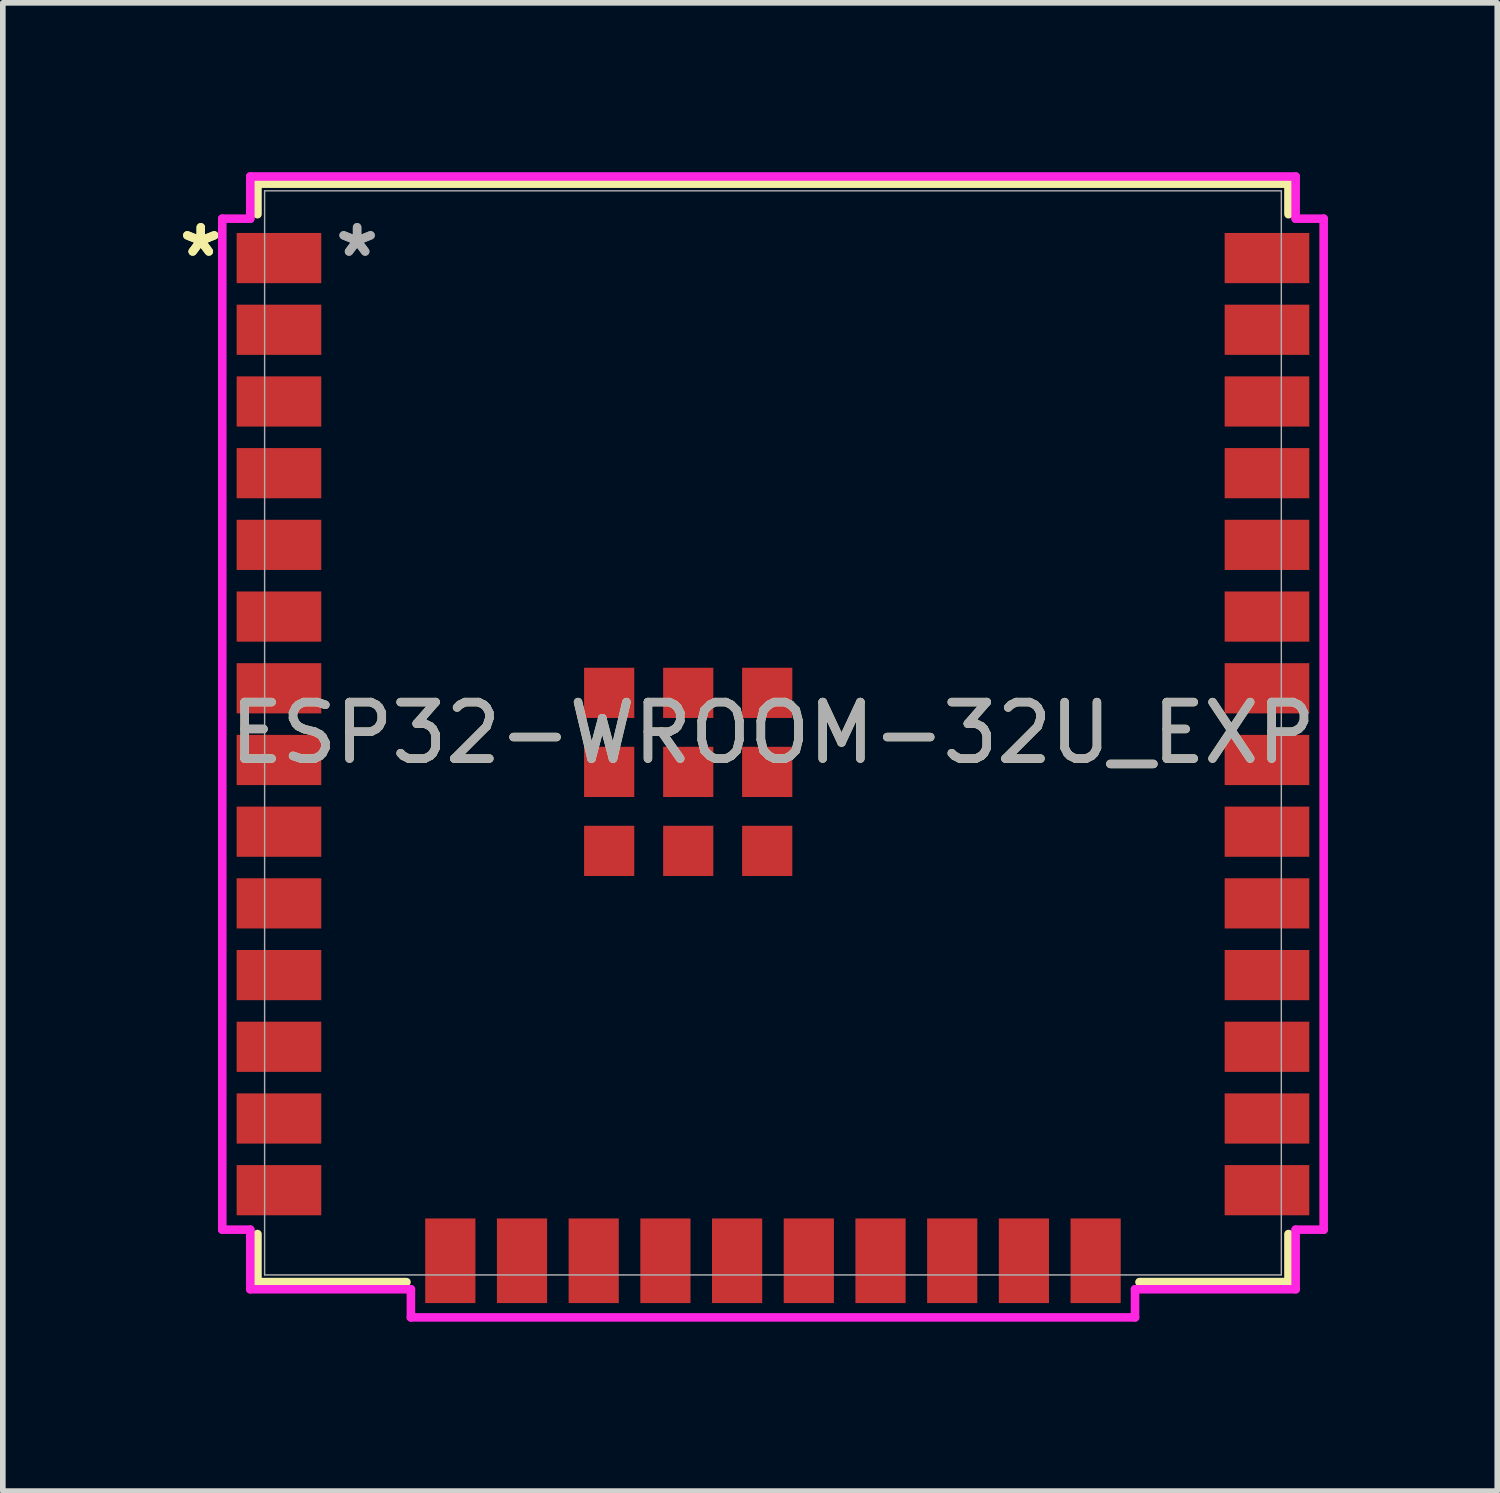
<source format=kicad_pcb>
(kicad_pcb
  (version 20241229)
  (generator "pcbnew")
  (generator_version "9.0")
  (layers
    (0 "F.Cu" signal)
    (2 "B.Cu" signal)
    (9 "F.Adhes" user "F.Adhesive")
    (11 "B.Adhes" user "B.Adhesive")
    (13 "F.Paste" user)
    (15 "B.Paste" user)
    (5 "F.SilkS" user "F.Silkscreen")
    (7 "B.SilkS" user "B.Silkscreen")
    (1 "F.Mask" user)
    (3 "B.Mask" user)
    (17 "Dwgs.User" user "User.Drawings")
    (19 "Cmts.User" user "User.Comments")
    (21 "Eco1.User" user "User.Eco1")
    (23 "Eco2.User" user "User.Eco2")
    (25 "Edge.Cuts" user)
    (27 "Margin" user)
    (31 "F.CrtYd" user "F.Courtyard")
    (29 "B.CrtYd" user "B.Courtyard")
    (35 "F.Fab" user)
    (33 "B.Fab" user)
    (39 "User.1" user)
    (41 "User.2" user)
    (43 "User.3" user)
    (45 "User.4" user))
  (footprint "ESP32-WROOM-32U_EXP"
    (layer "F.Cu")
    (at 10.641 9.931)
    (property "Reference" "ESP32-WROOM-32U_EXP" (at 0 0 0) (unlocked yes) (layer "F.SilkS") (effects (font (size 1 1) (thickness 0.15))))
    (attr smd)
    (fp_line (start -9.131 -9.728) (end 9.131 -9.728) (stroke (width 0.152) (type solid)) (layer "F.SilkS"))
    (fp_line (start -9.131 -9.187) (end -9.131 -9.728) (stroke (width 0.152) (type solid)) (layer "F.SilkS"))
    (fp_line (start -9.131 9.728) (end -9.131 8.877) (stroke (width 0.152) (type solid)) (layer "F.SilkS"))
    (fp_line (start -6.492 9.728) (end -9.131 9.728) (stroke (width 0.152) (type solid)) (layer "F.SilkS"))
    (fp_line (start 9.131 -9.728) (end 9.131 -9.187) (stroke (width 0.152) (type solid)) (layer "F.SilkS"))
    (fp_line (start 9.131 8.877) (end 9.131 9.728) (stroke (width 0.152) (type solid)) (layer "F.SilkS"))
    (fp_line (start 9.131 9.728) (end 6.492 9.728) (stroke (width 0.152) (type solid)) (layer "F.SilkS"))
    (fp_line (start -9.754 -9.108) (end -9.754 8.799) (stroke (width 0.152) (type solid)) (layer "F.CrtYd"))
    (fp_line (start -9.754 8.799) (end -9.258 8.799) (stroke (width 0.152) (type solid)) (layer "F.CrtYd"))
    (fp_line (start -9.258 -9.855) (end -9.258 -9.108) (stroke (width 0.152) (type solid)) (layer "F.CrtYd"))
    (fp_line (start -9.258 -9.108) (end -9.754 -9.108) (stroke (width 0.152) (type solid)) (layer "F.CrtYd"))
    (fp_line (start -9.258 8.799) (end -9.258 9.855) (stroke (width 0.152) (type solid)) (layer "F.CrtYd"))
    (fp_line (start -9.258 9.855) (end -6.413 9.855) (stroke (width 0.152) (type solid)) (layer "F.CrtYd"))
    (fp_line (start -6.413 9.855) (end -6.413 10.353) (stroke (width 0.152) (type solid)) (layer "F.CrtYd"))
    (fp_line (start -6.413 10.353) (end 6.413 10.353) (stroke (width 0.152) (type solid)) (layer "F.CrtYd"))
    (fp_line (start 6.413 9.855) (end 9.258 9.855) (stroke (width 0.152) (type solid)) (layer "F.CrtYd"))
    (fp_line (start 6.413 10.353) (end 6.413 9.855) (stroke (width 0.152) (type solid)) (layer "F.CrtYd"))
    (fp_line (start 9.258 -9.855) (end -9.258 -9.855) (stroke (width 0.152) (type solid)) (layer "F.CrtYd"))
    (fp_line (start 9.258 -9.108) (end 9.258 -9.855) (stroke (width 0.152) (type solid)) (layer "F.CrtYd"))
    (fp_line (start 9.258 8.799) (end 9.754 8.799) (stroke (width 0.152) (type solid)) (layer "F.CrtYd"))
    (fp_line (start 9.258 9.855) (end 9.258 8.799) (stroke (width 0.152) (type solid)) (layer "F.CrtYd"))
    (fp_line (start 9.754 -9.108) (end 9.258 -9.108) (stroke (width 0.152) (type solid)) (layer "F.CrtYd"))
    (fp_line (start 9.754 8.799) (end 9.754 -9.108) (stroke (width 0.152) (type solid)) (layer "F.CrtYd"))
    (fp_line (start -9.004 -9.601) (end -9.004 9.601) (stroke (width 0.025) (type solid)) (layer "F.Fab"))
    (fp_line (start -9.004 9.601) (end 9.004 9.601) (stroke (width 0.025) (type solid)) (layer "F.Fab"))
    (fp_line (start 9.004 -9.601) (end -9.004 -9.601) (stroke (width 0.025) (type solid)) (layer "F.Fab"))
    (fp_line (start 9.004 9.601) (end 9.004 -9.601) (stroke (width 0.025) (type solid)) (layer "F.Fab"))
    (fp_text user "*" (at -10.135 -8.41 0) (unlocked yes) (layer "F.SilkS") (effects (font (size 1 1) (thickness 0.15))))
    (fp_text user "*" (at -10.135 -8.41 0) (layer "F.SilkS") (effects (font (size 1 1) (thickness 0.15))))
    (fp_text user "${REFERENCE}" (at 0 0 0) (unlocked yes) (layer "F.Fab") (effects (font (size 1 1) (thickness 0.15))))
    (fp_text user "*" (at -7.366 -8.41 0) (layer "F.Fab") (effects (font (size 1 1) (thickness 0.15))))
    (fp_text user "*" (at -7.366 -8.41 0) (unlocked yes) (layer "F.Fab") (effects (font (size 1 1) (thickness 0.15))))
    (pad "1" smd rect (at -8.75 -8.41) (size 1.499 0.889) (layers "F.Cu" "F.Mask" "F.Paste"))
    (pad "2" smd rect (at -8.75 -7.14) (size 1.499 0.889) (layers "F.Cu" "F.Mask" "F.Paste"))
    (pad "3" smd rect (at -8.75 -5.87) (size 1.499 0.889) (layers "F.Cu" "F.Mask" "F.Paste"))
    (pad "4" smd rect (at -8.75 -4.6) (size 1.499 0.889) (layers "F.Cu" "F.Mask" "F.Paste"))
    (pad "5" smd rect (at -8.75 -3.33) (size 1.499 0.889) (layers "F.Cu" "F.Mask" "F.Paste"))
    (pad "6" smd rect (at -8.75 -2.06) (size 1.499 0.889) (layers "F.Cu" "F.Mask" "F.Paste"))
    (pad "7" smd rect (at -8.75 -0.79) (size 1.499 0.889) (layers "F.Cu" "F.Mask" "F.Paste"))
    (pad "8" smd rect (at -8.75 0.48) (size 1.499 0.889) (layers "F.Cu" "F.Mask" "F.Paste"))
    (pad "9" smd rect (at -8.75 1.75) (size 1.499 0.889) (layers "F.Cu" "F.Mask" "F.Paste"))
    (pad "10" smd rect (at -8.75 3.02) (size 1.499 0.889) (layers "F.Cu" "F.Mask" "F.Paste"))
    (pad "11" smd rect (at -8.75 4.29) (size 1.499 0.889) (layers "F.Cu" "F.Mask" "F.Paste"))
    (pad "12" smd rect (at -8.75 5.56) (size 1.499 0.889) (layers "F.Cu" "F.Mask" "F.Paste"))
    (pad "13" smd rect (at -8.75 6.83) (size 1.499 0.889) (layers "F.Cu" "F.Mask" "F.Paste"))
    (pad "14" smd rect (at -8.75 8.1) (size 1.499 0.889) (layers "F.Cu" "F.Mask" "F.Paste"))
    (pad "15" smd rect (at -5.715 9.35 90) (size 1.499 0.889) (layers "F.Cu" "F.Mask" "F.Paste"))
    (pad "16" smd rect (at -4.445 9.35 90) (size 1.499 0.889) (layers "F.Cu" "F.Mask" "F.Paste"))
    (pad "17" smd rect (at -3.175 9.35 90) (size 1.499 0.889) (layers "F.Cu" "F.Mask" "F.Paste"))
    (pad "18" smd rect (at -1.905 9.35 90) (size 1.499 0.889) (layers "F.Cu" "F.Mask" "F.Paste"))
    (pad "19" smd rect (at -0.635 9.35 90) (size 1.499 0.889) (layers "F.Cu" "F.Mask" "F.Paste"))
    (pad "20" smd rect (at 0.635 9.35 90) (size 1.499 0.889) (layers "F.Cu" "F.Mask" "F.Paste"))
    (pad "21" smd rect (at 1.905 9.35 90) (size 1.499 0.889) (layers "F.Cu" "F.Mask" "F.Paste"))
    (pad "22" smd rect (at 3.175 9.35 90) (size 1.499 0.889) (layers "F.Cu" "F.Mask" "F.Paste"))
    (pad "23" smd rect (at 4.445 9.35 90) (size 1.499 0.889) (layers "F.Cu" "F.Mask" "F.Paste"))
    (pad "24" smd rect (at 5.715 9.35 90) (size 1.499 0.889) (layers "F.Cu" "F.Mask" "F.Paste"))
    (pad "25" smd rect (at 8.75 8.1) (size 1.499 0.889) (layers "F.Cu" "F.Mask" "F.Paste"))
    (pad "26" smd rect (at 8.75 6.83) (size 1.499 0.889) (layers "F.Cu" "F.Mask" "F.Paste"))
    (pad "27" smd rect (at 8.75 5.56) (size 1.499 0.889) (layers "F.Cu" "F.Mask" "F.Paste"))
    (pad "28" smd rect (at 8.75 4.29) (size 1.499 0.889) (layers "F.Cu" "F.Mask" "F.Paste"))
    (pad "29" smd rect (at 8.75 3.02) (size 1.499 0.889) (layers "F.Cu" "F.Mask" "F.Paste"))
    (pad "30" smd rect (at 8.75 1.75) (size 1.499 0.889) (layers "F.Cu" "F.Mask" "F.Paste"))
    (pad "31" smd rect (at 8.75 0.48) (size 1.499 0.889) (layers "F.Cu" "F.Mask" "F.Paste"))
    (pad "32" smd rect (at 8.75 -0.79) (size 1.499 0.889) (layers "F.Cu" "F.Mask" "F.Paste"))
    (pad "33" smd rect (at 8.75 -2.06) (size 1.499 0.889) (layers "F.Cu" "F.Mask" "F.Paste"))
    (pad "34" smd rect (at 8.75 -3.33) (size 1.499 0.889) (layers "F.Cu" "F.Mask" "F.Paste"))
    (pad "35" smd rect (at 8.75 -4.6) (size 1.499 0.889) (layers "F.Cu" "F.Mask" "F.Paste"))
    (pad "36" smd rect (at 8.75 -5.87) (size 1.499 0.889) (layers "F.Cu" "F.Mask" "F.Paste"))
    (pad "37" smd rect (at 8.75 -7.14) (size 1.499 0.889) (layers "F.Cu" "F.Mask" "F.Paste"))
    (pad "38" smd rect (at 8.75 -8.41) (size 1.499 0.889) (layers "F.Cu" "F.Mask" "F.Paste"))
    (pad "39" smd rect (at -2.901 -0.709) (size 0.889 0.889) (layers "F.Cu" "F.Mask" "F.Paste"))
    (pad "40" smd rect (at -1.501 -0.709) (size 0.889 0.889) (layers "F.Cu" "F.Mask" "F.Paste"))
    (pad "41" smd rect (at -0.102 -0.709) (size 0.889 0.889) (layers "F.Cu" "F.Mask" "F.Paste"))
    (pad "42" smd rect (at -2.901 0.691) (size 0.889 0.889) (layers "F.Cu" "F.Mask" "F.Paste"))
    (pad "43" smd rect (at -1.501 0.691) (size 0.889 0.889) (layers "F.Cu" "F.Mask" "F.Paste"))
    (pad "44" smd rect (at -0.102 0.691) (size 0.889 0.889) (layers "F.Cu" "F.Mask" "F.Paste"))
    (pad "45" smd rect (at -2.901 2.09) (size 0.889 0.889) (layers "F.Cu" "F.Mask" "F.Paste"))
    (pad "46" smd rect (at -1.501 2.09) (size 0.889 0.889) (layers "F.Cu" "F.Mask" "F.Paste"))
    (pad "47" smd rect (at -0.102 2.09) (size 0.889 0.889) (layers "F.Cu" "F.Mask" "F.Paste")))
  (gr_rect
    (start -3 -3)
    (end 23.47 23.361)
    (stroke (width 0.1) (type default))
    (fill no)
    (layer "Edge.Cuts")))
</source>
